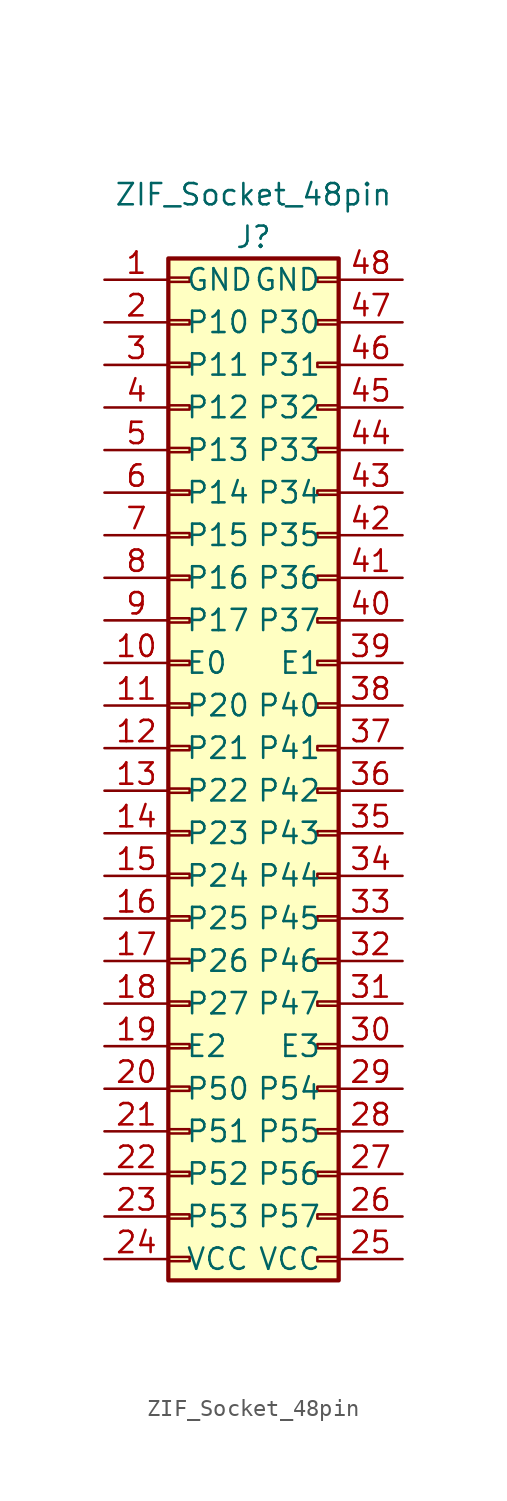
<source format=kicad_sym>
(kicad_symbol_lib
  (version 20211014)
  (generator kicad_symbol_editor)
  (symbol "ZIF_Socket_48pin"
    (pin_names
      (offset 1.016))
    (property "Reference" "J"
      (at 3.81 30.48 0)
      (effects (font (size 1.27 1.27))))
    (property "Value" "ZIF_Socket_48pin"
      (at 3.81 33.02 0)
      (effects (font (size 1.27 1.27))))
    (symbol "ZIF_Socket_48pin_1_1"
      (rectangle (start -1.27 -30.353) (end 0 -30.607) (stroke (width 0.152) (type default) (color 0 0 0 0)) (fill (type none)))
      (rectangle (start -1.27 -27.813) (end 0 -28.067) (stroke (width 0.152) (type default) (color 0 0 0 0)) (fill (type none)))
      (rectangle (start -1.27 -25.273) (end 0 -25.527) (stroke (width 0.152) (type default) (color 0 0 0 0)) (fill (type none)))
      (rectangle (start -1.27 -22.733) (end 0 -22.987) (stroke (width 0.152) (type default) (color 0 0 0 0)) (fill (type none)))
      (rectangle (start -1.27 -20.193) (end 0 -20.447) (stroke (width 0.152) (type default) (color 0 0 0 0)) (fill (type none)))
      (rectangle (start -1.27 -17.653) (end 0 -17.907) (stroke (width 0.152) (type default) (color 0 0 0 0)) (fill (type none)))
      (rectangle (start -1.27 -15.113) (end 0 -15.367) (stroke (width 0.152) (type default) (color 0 0 0 0)) (fill (type none)))
      (rectangle (start -1.27 -12.573) (end 0 -12.827) (stroke (width 0.152) (type default) (color 0 0 0 0)) (fill (type none)))
      (rectangle (start -1.27 -10.033) (end 0 -10.287) (stroke (width 0.152) (type default) (color 0 0 0 0)) (fill (type none)))
      (rectangle (start -1.27 -7.493) (end 0 -7.747) (stroke (width 0.152) (type default) (color 0 0 0 0)) (fill (type none)))
      (rectangle (start -1.27 -4.953) (end 0 -5.207) (stroke (width 0.152) (type default) (color 0 0 0 0)) (fill (type none)))
      (rectangle (start -1.27 -2.413) (end 0 -2.667) (stroke (width 0.152) (type default) (color 0 0 0 0)) (fill (type none)))
      (rectangle (start -1.27 0.127) (end 0 -0.127) (stroke (width 0.152) (type default) (color 0 0 0 0)) (fill (type none)))
      (rectangle (start -1.27 2.667) (end 0 2.413) (stroke (width 0.152) (type default) (color 0 0 0 0)) (fill (type none)))
      (rectangle (start -1.27 5.207) (end 0 4.953) (stroke (width 0.152) (type default) (color 0 0 0 0)) (fill (type none)))
      (rectangle (start -1.27 7.747) (end 0 7.493) (stroke (width 0.152) (type default) (color 0 0 0 0)) (fill (type none)))
      (rectangle (start -1.27 10.287) (end 0 10.033) (stroke (width 0.152) (type default) (color 0 0 0 0)) (fill (type none)))
      (rectangle (start -1.27 12.827) (end 0 12.573) (stroke (width 0.152) (type default) (color 0 0 0 0)) (fill (type none)))
      (rectangle (start -1.27 15.367) (end 0 15.113) (stroke (width 0.152) (type default) (color 0 0 0 0)) (fill (type none)))
      (rectangle (start -1.27 17.907) (end 0 17.653) (stroke (width 0.152) (type default) (color 0 0 0 0)) (fill (type none)))
      (rectangle (start -1.27 20.447) (end 0 20.193) (stroke (width 0.152) (type default) (color 0 0 0 0)) (fill (type none)))
      (rectangle (start -1.27 22.987) (end 0 22.733) (stroke (width 0.152) (type default) (color 0 0 0 0)) (fill (type none)))
      (rectangle (start -1.27 25.527) (end 0 25.273) (stroke (width 0.152) (type default) (color 0 0 0 0)) (fill (type none)))
      (rectangle (start -1.27 28.067) (end 0 27.813) (stroke (width 0.152) (type default) (color 0 0 0 0)) (fill (type none)))
      (rectangle (start -1.27 29.21) (end 8.89 -31.75) (stroke (width 0.254) (type default) (color 0 0 0 0)) (fill (type background)))
      (rectangle (start 8.89 -30.353) (end 7.62 -30.607) (stroke (width 0.152) (type default) (color 0 0 0 0)) (fill (type none)))
      (rectangle (start 8.89 -27.813) (end 7.62 -28.067) (stroke (width 0.152) (type default) (color 0 0 0 0)) (fill (type none)))
      (rectangle (start 8.89 -25.273) (end 7.62 -25.527) (stroke (width 0.152) (type default) (color 0 0 0 0)) (fill (type none)))
      (rectangle (start 8.89 -22.733) (end 7.62 -22.987) (stroke (width 0.152) (type default) (color 0 0 0 0)) (fill (type none)))
      (rectangle (start 8.89 -20.193) (end 7.62 -20.447) (stroke (width 0.152) (type default) (color 0 0 0 0)) (fill (type none)))
      (rectangle (start 8.89 -17.653) (end 7.62 -17.907) (stroke (width 0.152) (type default) (color 0 0 0 0)) (fill (type none)))
      (rectangle (start 8.89 -15.113) (end 7.62 -15.367) (stroke (width 0.152) (type default) (color 0 0 0 0)) (fill (type none)))
      (rectangle (start 8.89 -12.573) (end 7.62 -12.827) (stroke (width 0.152) (type default) (color 0 0 0 0)) (fill (type none)))
      (rectangle (start 8.89 -10.033) (end 7.62 -10.287) (stroke (width 0.152) (type default) (color 0 0 0 0)) (fill (type none)))
      (rectangle (start 8.89 -7.493) (end 7.62 -7.747) (stroke (width 0.152) (type default) (color 0 0 0 0)) (fill (type none)))
      (rectangle (start 8.89 -4.953) (end 7.62 -5.207) (stroke (width 0.152) (type default) (color 0 0 0 0)) (fill (type none)))
      (rectangle (start 8.89 -2.413) (end 7.62 -2.667) (stroke (width 0.152) (type default) (color 0 0 0 0)) (fill (type none)))
      (rectangle (start 8.89 0.127) (end 7.62 -0.127) (stroke (width 0.152) (type default) (color 0 0 0 0)) (fill (type none)))
      (rectangle (start 8.89 2.667) (end 7.62 2.413) (stroke (width 0.152) (type default) (color 0 0 0 0)) (fill (type none)))
      (rectangle (start 8.89 5.207) (end 7.62 4.953) (stroke (width 0.152) (type default) (color 0 0 0 0)) (fill (type none)))
      (rectangle (start 8.89 7.747) (end 7.62 7.493) (stroke (width 0.152) (type default) (color 0 0 0 0)) (fill (type none)))
      (rectangle (start 8.89 10.287) (end 7.62 10.033) (stroke (width 0.152) (type default) (color 0 0 0 0)) (fill (type none)))
      (rectangle (start 8.89 12.827) (end 7.62 12.573) (stroke (width 0.152) (type default) (color 0 0 0 0)) (fill (type none)))
      (rectangle (start 8.89 15.367) (end 7.62 15.113) (stroke (width 0.152) (type default) (color 0 0 0 0)) (fill (type none)))
      (rectangle (start 8.89 17.907) (end 7.62 17.653) (stroke (width 0.152) (type default) (color 0 0 0 0)) (fill (type none)))
      (rectangle (start 8.89 20.447) (end 7.62 20.193) (stroke (width 0.152) (type default) (color 0 0 0 0)) (fill (type none)))
      (rectangle (start 8.89 22.987) (end 7.62 22.733) (stroke (width 0.152) (type default) (color 0 0 0 0)) (fill (type none)))
      (rectangle (start 8.89 25.527) (end 7.62 25.273) (stroke (width 0.152) (type default) (color 0 0 0 0)) (fill (type none)))
      (rectangle (start 8.89 28.067) (end 7.62 27.813) (stroke (width 0.152) (type default) (color 0 0 0 0)) (fill (type none)))
      (pin power_out line (at -5.08 27.94 0) (length 3.81) (name "GND" (effects (font (size 1.27 1.27)))) (number "1" (effects (font (size 1.27 1.27)))))
      (pin bidirectional line (at -5.08 5.08 0) (length 3.81) (name "E0" (effects (font (size 1.27 1.27)))) (number "10" (effects (font (size 1.27 1.27)))))
      (pin bidirectional line (at -5.08 2.54 0) (length 3.81) (name "P20" (effects (font (size 1.27 1.27)))) (number "11" (effects (font (size 1.27 1.27)))))
      (pin bidirectional line (at -5.08 0 0) (length 3.81) (name "P21" (effects (font (size 1.27 1.27)))) (number "12" (effects (font (size 1.27 1.27)))))
      (pin bidirectional line (at -5.08 -2.54 0) (length 3.81) (name "P22" (effects (font (size 1.27 1.27)))) (number "13" (effects (font (size 1.27 1.27)))))
      (pin bidirectional line (at -5.08 -5.08 0) (length 3.81) (name "P23" (effects (font (size 1.27 1.27)))) (number "14" (effects (font (size 1.27 1.27)))))
      (pin bidirectional line (at -5.08 -7.62 0) (length 3.81) (name "P24" (effects (font (size 1.27 1.27)))) (number "15" (effects (font (size 1.27 1.27)))))
      (pin bidirectional line (at -5.08 -10.16 0) (length 3.81) (name "P25" (effects (font (size 1.27 1.27)))) (number "16" (effects (font (size 1.27 1.27)))))
      (pin bidirectional line (at -5.08 -12.7 0) (length 3.81) (name "P26" (effects (font (size 1.27 1.27)))) (number "17" (effects (font (size 1.27 1.27)))))
      (pin bidirectional line (at -5.08 -15.24 0) (length 3.81) (name "P27" (effects (font (size 1.27 1.27)))) (number "18" (effects (font (size 1.27 1.27)))))
      (pin bidirectional line (at -5.08 -17.78 0) (length 3.81) (name "E2" (effects (font (size 1.27 1.27)))) (number "19" (effects (font (size 1.27 1.27)))))
      (pin bidirectional line (at -5.08 25.4 0) (length 3.81) (name "P10" (effects (font (size 1.27 1.27)))) (number "2" (effects (font (size 1.27 1.27)))))
      (pin bidirectional line (at -5.08 -20.32 0) (length 3.81) (name "P50" (effects (font (size 1.27 1.27)))) (number "20" (effects (font (size 1.27 1.27)))))
      (pin bidirectional line (at -5.08 -22.86 0) (length 3.81) (name "P51" (effects (font (size 1.27 1.27)))) (number "21" (effects (font (size 1.27 1.27)))))
      (pin bidirectional line (at -5.08 -25.4 0) (length 3.81) (name "P52" (effects (font (size 1.27 1.27)))) (number "22" (effects (font (size 1.27 1.27)))))
      (pin bidirectional line (at -5.08 -27.94 0) (length 3.81) (name "P53" (effects (font (size 1.27 1.27)))) (number "23" (effects (font (size 1.27 1.27)))))
      (pin power_out line (at -5.08 -30.48 0) (length 3.81) (name "VCC" (effects (font (size 1.27 1.27)))) (number "24" (effects (font (size 1.27 1.27)))))
      (pin power_in line (at 12.7 -30.48 180) (length 3.81) (name "VCC" (effects (font (size 1.27 1.27)))) (number "25" (effects (font (size 1.27 1.27)))))
      (pin bidirectional line (at 12.7 -27.94 180) (length 3.81) (name "P57" (effects (font (size 1.27 1.27)))) (number "26" (effects (font (size 1.27 1.27)))))
      (pin bidirectional line (at 12.7 -25.4 180) (length 3.81) (name "P56" (effects (font (size 1.27 1.27)))) (number "27" (effects (font (size 1.27 1.27)))))
      (pin bidirectional line (at 12.7 -22.86 180) (length 3.81) (name "P55" (effects (font (size 1.27 1.27)))) (number "28" (effects (font (size 1.27 1.27)))))
      (pin bidirectional line (at 12.7 -20.32 180) (length 3.81) (name "P54" (effects (font (size 1.27 1.27)))) (number "29" (effects (font (size 1.27 1.27)))))
      (pin bidirectional line (at -5.08 22.86 0) (length 3.81) (name "P11" (effects (font (size 1.27 1.27)))) (number "3" (effects (font (size 1.27 1.27)))))
      (pin bidirectional line (at 12.7 -17.78 180) (length 3.81) (name "E3" (effects (font (size 1.27 1.27)))) (number "30" (effects (font (size 1.27 1.27)))))
      (pin bidirectional line (at 12.7 -15.24 180) (length 3.81) (name "P47" (effects (font (size 1.27 1.27)))) (number "31" (effects (font (size 1.27 1.27)))))
      (pin bidirectional line (at 12.7 -12.7 180) (length 3.81) (name "P46" (effects (font (size 1.27 1.27)))) (number "32" (effects (font (size 1.27 1.27)))))
      (pin bidirectional line (at 12.7 -10.16 180) (length 3.81) (name "P45" (effects (font (size 1.27 1.27)))) (number "33" (effects (font (size 1.27 1.27)))))
      (pin bidirectional line (at 12.7 -7.62 180) (length 3.81) (name "P44" (effects (font (size 1.27 1.27)))) (number "34" (effects (font (size 1.27 1.27)))))
      (pin bidirectional line (at 12.7 -5.08 180) (length 3.81) (name "P43" (effects (font (size 1.27 1.27)))) (number "35" (effects (font (size 1.27 1.27)))))
      (pin bidirectional line (at 12.7 -2.54 180) (length 3.81) (name "P42" (effects (font (size 1.27 1.27)))) (number "36" (effects (font (size 1.27 1.27)))))
      (pin bidirectional line (at 12.7 0 180) (length 3.81) (name "P41" (effects (font (size 1.27 1.27)))) (number "37" (effects (font (size 1.27 1.27)))))
      (pin bidirectional line (at 12.7 2.54 180) (length 3.81) (name "P40" (effects (font (size 1.27 1.27)))) (number "38" (effects (font (size 1.27 1.27)))))
      (pin bidirectional line (at 12.7 5.08 180) (length 3.81) (name "E1" (effects (font (size 1.27 1.27)))) (number "39" (effects (font (size 1.27 1.27)))))
      (pin bidirectional line (at -5.08 20.32 0) (length 3.81) (name "P12" (effects (font (size 1.27 1.27)))) (number "4" (effects (font (size 1.27 1.27)))))
      (pin bidirectional line (at 12.7 7.62 180) (length 3.81) (name "P37" (effects (font (size 1.27 1.27)))) (number "40" (effects (font (size 1.27 1.27)))))
      (pin bidirectional line (at 12.7 10.16 180) (length 3.81) (name "P36" (effects (font (size 1.27 1.27)))) (number "41" (effects (font (size 1.27 1.27)))))
      (pin bidirectional line (at 12.7 12.7 180) (length 3.81) (name "P35" (effects (font (size 1.27 1.27)))) (number "42" (effects (font (size 1.27 1.27)))))
      (pin bidirectional line (at 12.7 15.24 180) (length 3.81) (name "P34" (effects (font (size 1.27 1.27)))) (number "43" (effects (font (size 1.27 1.27)))))
      (pin bidirectional line (at 12.7 17.78 180) (length 3.81) (name "P33" (effects (font (size 1.27 1.27)))) (number "44" (effects (font (size 1.27 1.27)))))
      (pin bidirectional line (at 12.7 20.32 180) (length 3.81) (name "P32" (effects (font (size 1.27 1.27)))) (number "45" (effects (font (size 1.27 1.27)))))
      (pin bidirectional line (at 12.7 22.86 180) (length 3.81) (name "P31" (effects (font (size 1.27 1.27)))) (number "46" (effects (font (size 1.27 1.27)))))
      (pin bidirectional line (at 12.7 25.4 180) (length 3.81) (name "P30" (effects (font (size 1.27 1.27)))) (number "47" (effects (font (size 1.27 1.27)))))
      (pin power_in line (at 12.7 27.94 180) (length 3.81) (name "GND" (effects (font (size 1.27 1.27)))) (number "48" (effects (font (size 1.27 1.27)))))
      (pin bidirectional line (at -5.08 17.78 0) (length 3.81) (name "P13" (effects (font (size 1.27 1.27)))) (number "5" (effects (font (size 1.27 1.27)))))
      (pin bidirectional line (at -5.08 15.24 0) (length 3.81) (name "P14" (effects (font (size 1.27 1.27)))) (number "6" (effects (font (size 1.27 1.27)))))
      (pin bidirectional line (at -5.08 12.7 0) (length 3.81) (name "P15" (effects (font (size 1.27 1.27)))) (number "7" (effects (font (size 1.27 1.27)))))
      (pin bidirectional line (at -5.08 10.16 0) (length 3.81) (name "P16" (effects (font (size 1.27 1.27)))) (number "8" (effects (font (size 1.27 1.27)))))
      (pin bidirectional line (at -5.08 7.62 0) (length 3.81) (name "P17" (effects (font (size 1.27 1.27)))) (number "9" (effects (font (size 1.27 1.27))))))))
</source>
